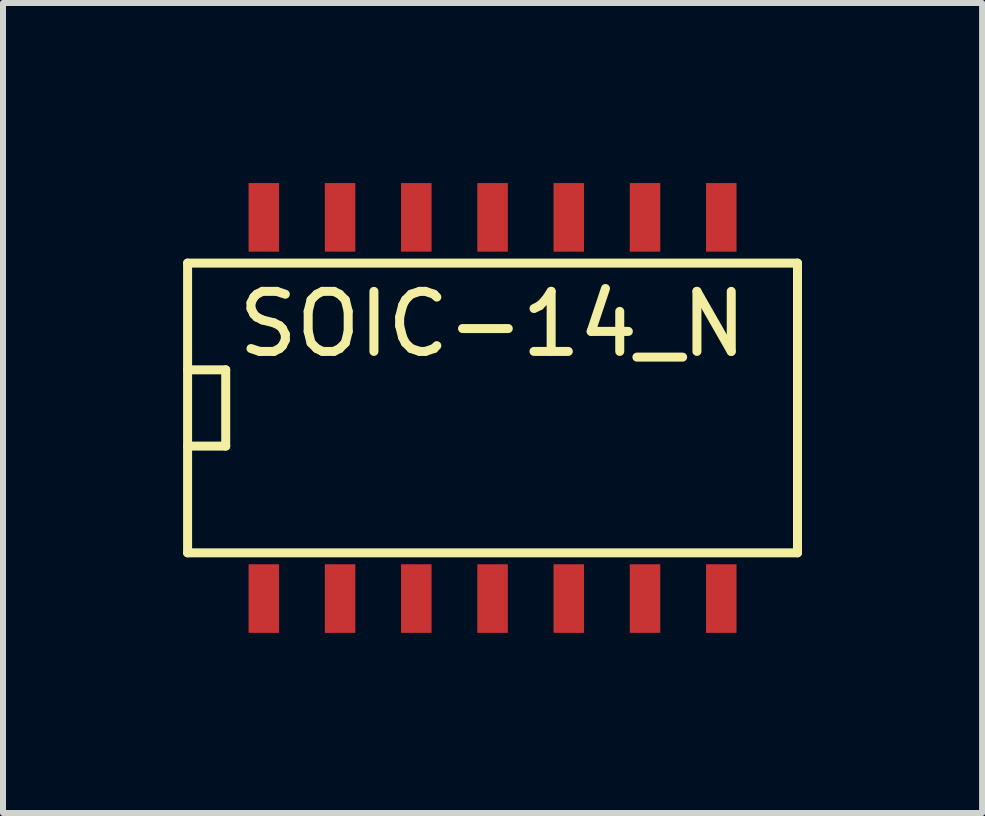
<source format=kicad_pcb>
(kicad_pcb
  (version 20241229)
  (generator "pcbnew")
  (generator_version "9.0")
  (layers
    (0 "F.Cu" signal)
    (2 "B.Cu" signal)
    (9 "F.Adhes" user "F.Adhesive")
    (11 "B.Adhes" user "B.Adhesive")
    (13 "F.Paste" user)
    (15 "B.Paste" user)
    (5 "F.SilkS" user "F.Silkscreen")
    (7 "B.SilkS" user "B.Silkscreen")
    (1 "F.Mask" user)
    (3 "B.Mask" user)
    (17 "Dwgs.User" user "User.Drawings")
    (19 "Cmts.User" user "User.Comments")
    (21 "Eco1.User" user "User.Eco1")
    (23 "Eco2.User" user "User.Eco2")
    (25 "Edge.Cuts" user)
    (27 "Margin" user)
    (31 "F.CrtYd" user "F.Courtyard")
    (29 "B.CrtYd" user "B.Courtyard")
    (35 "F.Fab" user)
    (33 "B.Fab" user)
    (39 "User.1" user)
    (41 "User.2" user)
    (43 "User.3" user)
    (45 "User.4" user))
  (footprint "SOIC-14_N"
    (layer "F.Cu")
    (at 5.155 3.619)
    (property "Reference" "SOIC-14_N" (at 0 -1.27 0) (layer "F.SilkS") (effects (font (size 1 1) (thickness 0.15))))
    (attr smd)
    (fp_line (start -5.08 -2.286) (end 5.08 -2.286) (stroke (width 0.15) (type solid)) (layer "F.SilkS"))
    (fp_line (start -5.08 -0.508) (end -4.445 -0.508) (stroke (width 0.15) (type solid)) (layer "F.SilkS"))
    (fp_line (start -5.08 2.54) (end -5.08 -2.286) (stroke (width 0.15) (type solid)) (layer "F.SilkS"))
    (fp_line (start -4.445 -0.508) (end -4.445 0.762) (stroke (width 0.15) (type solid)) (layer "F.SilkS"))
    (fp_line (start -4.445 0.762) (end -5.08 0.762) (stroke (width 0.15) (type solid)) (layer "F.SilkS"))
    (fp_line (start 5.08 -2.286) (end 5.08 2.54) (stroke (width 0.15) (type solid)) (layer "F.SilkS"))
    (fp_line (start 5.08 2.54) (end -5.08 2.54) (stroke (width 0.15) (type solid)) (layer "F.SilkS"))
    (pad "1" smd rect (at -3.81 3.302) (size 0.508 1.143) (layers "F.Cu" "F.Mask" "F.Paste"))
    (pad "2" smd rect (at -2.54 3.302) (size 0.508 1.143) (layers "F.Cu" "F.Mask" "F.Paste"))
    (pad "3" smd rect (at -1.27 3.302) (size 0.508 1.143) (layers "F.Cu" "F.Mask" "F.Paste"))
    (pad "4" smd rect (at 0 3.302) (size 0.508 1.143) (layers "F.Cu" "F.Mask" "F.Paste"))
    (pad "5" smd rect (at 1.27 3.302) (size 0.508 1.143) (layers "F.Cu" "F.Mask" "F.Paste"))
    (pad "6" smd rect (at 2.54 3.302) (size 0.508 1.143) (layers "F.Cu" "F.Mask" "F.Paste"))
    (pad "7" smd rect (at 3.81 3.302) (size 0.508 1.143) (layers "F.Cu" "F.Mask" "F.Paste"))
    (pad "8" smd rect (at 3.81 -3.048) (size 0.508 1.143) (layers "F.Cu" "F.Mask" "F.Paste"))
    (pad "9" smd rect (at 2.54 -3.048) (size 0.508 1.143) (layers "F.Cu" "F.Mask" "F.Paste"))
    (pad "10" smd rect (at 1.27 -3.048) (size 0.508 1.143) (layers "F.Cu" "F.Mask" "F.Paste"))
    (pad "11" smd rect (at 0 -3.048) (size 0.508 1.143) (layers "F.Cu" "F.Mask" "F.Paste"))
    (pad "12" smd rect (at -1.27 -3.048) (size 0.508 1.143) (layers "F.Cu" "F.Mask" "F.Paste"))
    (pad "13" smd rect (at -2.54 -3.048) (size 0.508 1.143) (layers "F.Cu" "F.Mask" "F.Paste"))
    (pad "14" smd rect (at -3.81 -3.048) (size 0.508 1.143) (layers "F.Cu" "F.Mask" "F.Paste")))
  (gr_rect
    (start -3 -3)
    (end 13.31 10.493)
    (stroke (width 0.1) (type default))
    (fill no)
    (layer "Edge.Cuts")))
</source>
